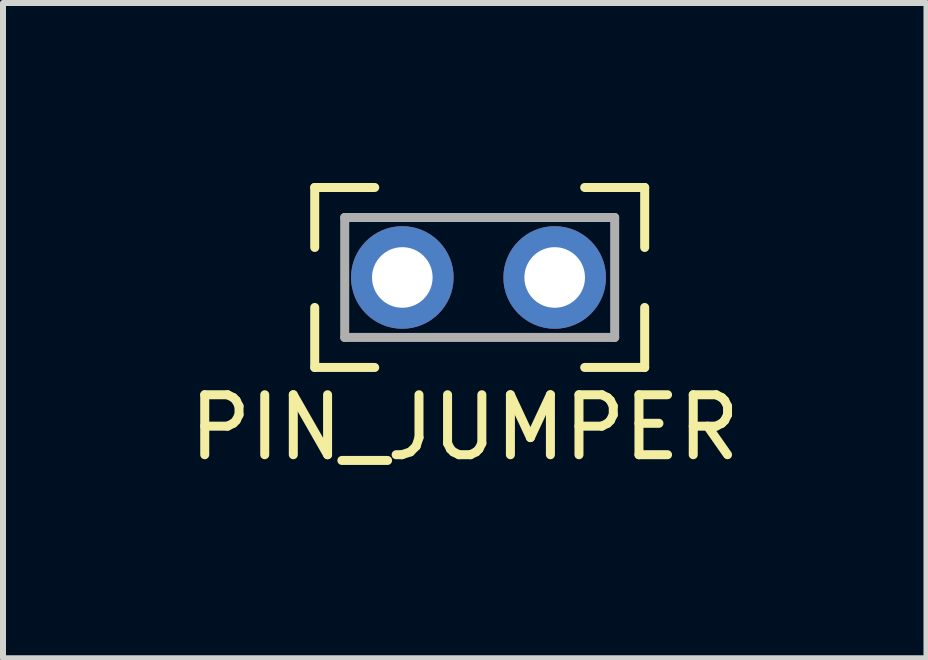
<source format=kicad_pcb>
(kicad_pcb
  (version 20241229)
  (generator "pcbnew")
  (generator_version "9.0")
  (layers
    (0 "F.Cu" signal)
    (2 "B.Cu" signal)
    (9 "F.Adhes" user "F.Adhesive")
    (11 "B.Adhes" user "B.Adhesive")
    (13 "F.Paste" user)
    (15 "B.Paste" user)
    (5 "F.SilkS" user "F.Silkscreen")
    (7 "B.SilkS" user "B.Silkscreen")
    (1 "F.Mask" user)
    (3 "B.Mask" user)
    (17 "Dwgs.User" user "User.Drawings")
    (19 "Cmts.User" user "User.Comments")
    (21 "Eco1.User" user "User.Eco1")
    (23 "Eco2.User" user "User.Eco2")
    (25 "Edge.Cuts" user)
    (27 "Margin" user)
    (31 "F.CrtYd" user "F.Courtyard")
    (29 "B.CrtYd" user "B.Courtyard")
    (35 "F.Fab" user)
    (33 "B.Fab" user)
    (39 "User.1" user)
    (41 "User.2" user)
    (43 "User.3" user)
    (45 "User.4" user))
  (footprint "PIN_JUMPER"
    (layer "F.Cu")
    (at 4.696 1.575)
    (property "Reference" "PIN_JUMPER" (at 0 2.5 0) (layer "F.SilkS") (effects (font (size 1 1) (thickness 0.15))))
    (attr through_hole)
    (fp_line (start -2.5 -1.5) (end -2.5 -0.5) (stroke (width 0.15) (type solid)) (layer "F.SilkS"))
    (fp_line (start -2.5 -1.5) (end -1.5 -1.5) (stroke (width 0.15) (type solid)) (layer "F.SilkS"))
    (fp_line (start -2.5 1.5) (end -2.5 0.5) (stroke (width 0.15) (type solid)) (layer "F.SilkS"))
    (fp_line (start -1.5 1.5) (end -2.5 1.5) (stroke (width 0.15) (type solid)) (layer "F.SilkS"))
    (fp_line (start 2 -1.5) (end 3 -1.5) (stroke (width 0.15) (type solid)) (layer "F.SilkS"))
    (fp_line (start 3 -1.5) (end 3 -0.5) (stroke (width 0.15) (type solid)) (layer "F.SilkS"))
    (fp_line (start 3 0.5) (end 3 1.5) (stroke (width 0.15) (type solid)) (layer "F.SilkS"))
    (fp_line (start 3 1.5) (end 2 1.5) (stroke (width 0.15) (type solid)) (layer "F.SilkS"))
    (fp_line (start -2 -1) (end 2.5 -1) (stroke (width 0.15) (type solid)) (layer "F.Fab"))
    (fp_line (start -2 1) (end -2 -1) (stroke (width 0.15) (type solid)) (layer "F.Fab"))
    (fp_line (start 2.5 -1) (end 2.5 1) (stroke (width 0.15) (type solid)) (layer "F.Fab"))
    (fp_line (start 2.5 1) (end -2 1) (stroke (width 0.15) (type solid)) (layer "F.Fab"))
    (pad "1" thru_hole circle (at -1.04 0) (size 1.71 1.71) (drill 1.01) (layers "*.Cu" "*.Mask"))
    (pad "2" thru_hole circle (at 1.5 0) (size 1.71 1.71) (drill 1.01) (layers "*.Cu" "*.Mask")))
  (gr_rect
    (start -3 -3)
    (end 12.393 7.923)
    (stroke (width 0.1) (type default))
    (fill no)
    (layer "Edge.Cuts")))
</source>
